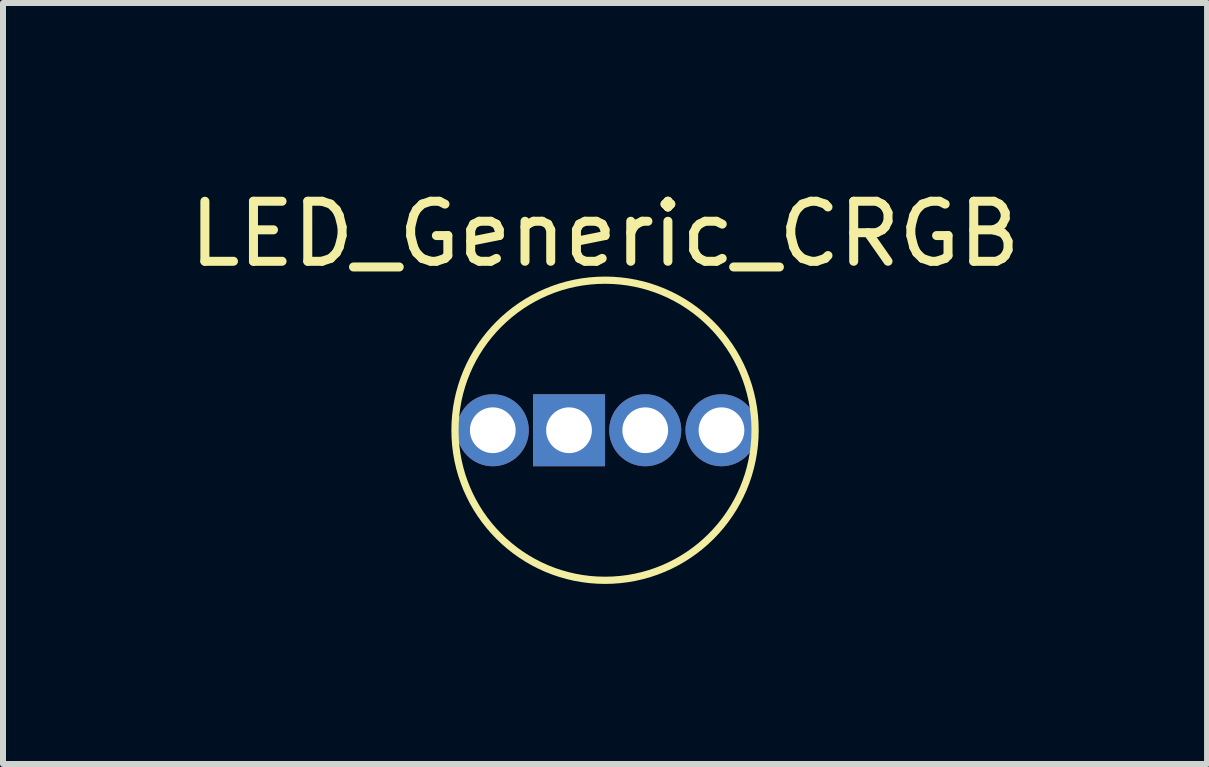
<source format=kicad_pcb>
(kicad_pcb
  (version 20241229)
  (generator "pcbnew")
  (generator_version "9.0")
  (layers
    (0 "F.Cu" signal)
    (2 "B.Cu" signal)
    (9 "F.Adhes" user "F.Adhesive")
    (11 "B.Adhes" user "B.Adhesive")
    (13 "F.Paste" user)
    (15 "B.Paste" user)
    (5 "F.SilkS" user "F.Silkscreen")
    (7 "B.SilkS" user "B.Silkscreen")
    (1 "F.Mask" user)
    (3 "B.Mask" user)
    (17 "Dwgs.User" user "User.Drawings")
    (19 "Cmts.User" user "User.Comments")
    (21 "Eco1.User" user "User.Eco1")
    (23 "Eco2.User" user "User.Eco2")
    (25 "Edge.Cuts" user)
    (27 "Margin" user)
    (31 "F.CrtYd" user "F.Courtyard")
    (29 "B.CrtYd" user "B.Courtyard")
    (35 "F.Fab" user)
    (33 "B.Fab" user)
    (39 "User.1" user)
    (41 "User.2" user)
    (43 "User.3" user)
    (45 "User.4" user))
  (footprint "LED_Generic_CRGB"
    (layer "F.Cu")
    (at 7.03 0.348)
    (property "Reference" "LED_Generic_CRGB" (at 0 0.5 0) (layer "F.SilkS") (effects (font (size 1 1) (thickness 0.15))))
    (attr through_hole)
    (fp_circle (center 0 3.77) (end 2.5 3.77) (stroke (width 0.12) (type solid)) (fill no) (layer "F.SilkS"))
    (pad "1" thru_hole rect (at -0.6 3.77) (size 1.2 1.2) (drill 0.762) (layers "*.Cu" "*.Mask"))
    (pad "2" thru_hole circle (at -1.87 3.77) (size 1.2 1.2) (drill 0.762) (layers "*.Cu" "*.Mask"))
    (pad "3" thru_hole circle (at 0.67 3.77) (size 1.2 1.2) (drill 0.762) (layers "*.Cu" "*.Mask"))
    (pad "4" thru_hole circle (at 1.94 3.77) (size 1.2 1.2) (drill 0.762) (layers "*.Cu" "*.Mask")))
  (gr_rect
    (start -3 -3)
    (end 17.06 9.678)
    (stroke (width 0.1) (type default))
    (fill no)
    (layer "Edge.Cuts")))
</source>
